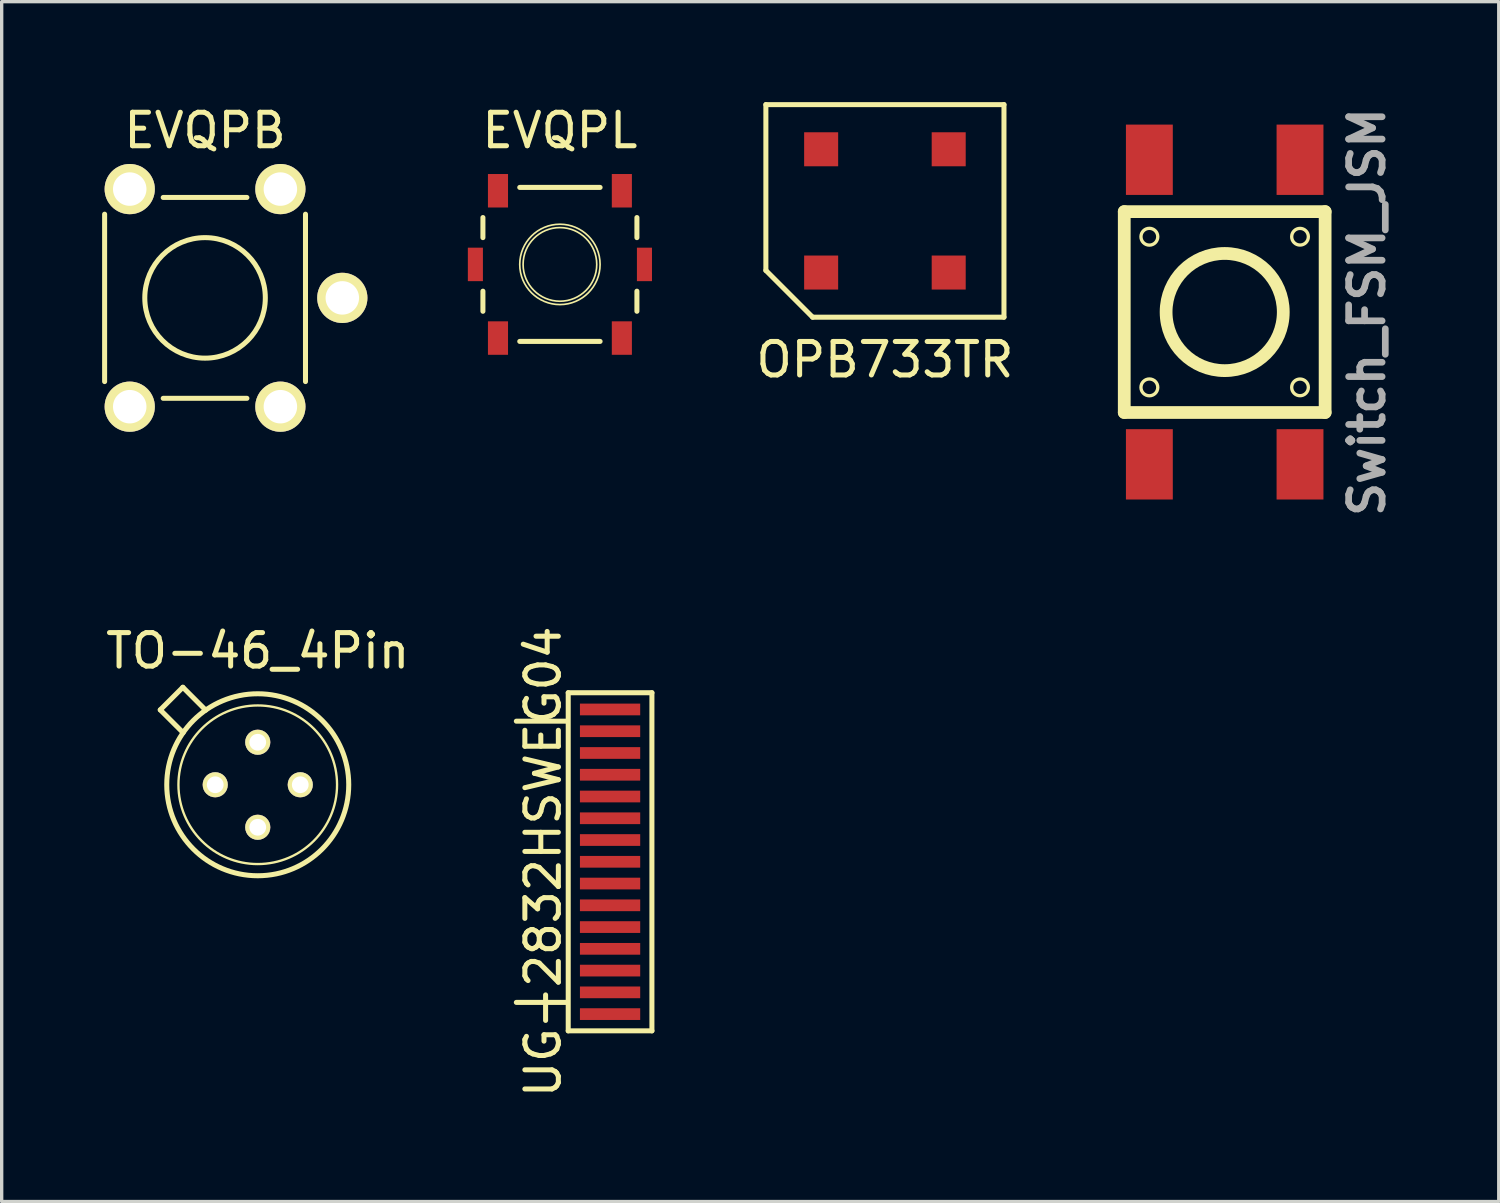
<source format=kicad_pcb>
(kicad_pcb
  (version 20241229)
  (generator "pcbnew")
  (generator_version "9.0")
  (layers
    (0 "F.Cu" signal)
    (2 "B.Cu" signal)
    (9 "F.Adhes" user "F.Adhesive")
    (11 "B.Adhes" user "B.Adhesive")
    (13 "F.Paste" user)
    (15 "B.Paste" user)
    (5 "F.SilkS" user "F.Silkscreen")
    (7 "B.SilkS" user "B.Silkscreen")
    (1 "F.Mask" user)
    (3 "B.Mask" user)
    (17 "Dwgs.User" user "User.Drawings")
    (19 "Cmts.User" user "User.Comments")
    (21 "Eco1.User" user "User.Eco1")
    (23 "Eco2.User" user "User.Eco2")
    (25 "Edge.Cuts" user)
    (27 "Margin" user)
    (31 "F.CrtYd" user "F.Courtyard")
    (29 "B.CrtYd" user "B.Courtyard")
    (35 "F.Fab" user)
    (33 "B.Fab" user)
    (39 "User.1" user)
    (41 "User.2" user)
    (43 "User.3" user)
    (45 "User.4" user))
  (footprint "TO-46_4Pin"
    (layer "F.Cu")
    (at 4.649 20.391)
    (property "Reference" "TO-46_4Pin" (at 0 -4 0) (layer "F.SilkS") (effects (font (size 1 1) (thickness 0.15))))
    (attr through_hole)
    (fp_line (start -2.912 -2.237) (end -2.237 -2.912) (stroke (width 0.15) (type solid)) (layer "F.SilkS"))
    (fp_line (start -2.229 -1.555) (end -2.912 -2.237) (stroke (width 0.15) (type solid)) (layer "F.SilkS"))
    (fp_line (start -1.555 -2.229) (end -2.237 -2.912) (stroke (width 0.15) (type solid)) (layer "F.SilkS"))
    (fp_circle (center 0 0) (end 0 -2.718) (stroke (width 0.15) (type solid)) (fill no) (layer "F.SilkS"))
    (fp_circle (center 0 0) (end 0 -2.369) (stroke (width 0.07) (type solid)) (fill no) (layer "F.SilkS"))
    (pad "1" thru_hole circle (at -1.27 0) (size 0.75 0.75) (drill 0.5) (layers "*.Cu" "*.Mask" "F.SilkS"))
    (pad "2" thru_hole circle (at 0 1.27) (size 0.75 0.75) (drill 0.5) (layers "*.Cu" "*.Mask" "F.SilkS"))
    (pad "3" thru_hole circle (at 1.27 0) (size 0.75 0.75) (drill 0.5) (layers "*.Cu" "*.Mask" "F.SilkS"))
    (pad "4" thru_hole circle (at 0 -1.27) (size 0.75 0.75) (drill 0.5) (layers "*.Cu" "*.Mask" "F.SilkS")))
  (footprint "UG-2832HSWEG04"
    (layer "F.Cu")
    (at 15.173 22.692)
    (property "Reference" "UG-2832HSWEG04" (at -2 0 90) (layer "F.SilkS") (effects (font (size 1 1) (thickness 0.15))))
    (attr through_hole)
    (fp_line (start -1.3 -4.2) (end -2.8 -4.2) (stroke (width 0.15) (type solid)) (layer "F.SilkS"))
    (fp_line (start -1.3 4.2) (end -2.8 4.2) (stroke (width 0.15) (type solid)) (layer "F.SilkS"))
    (fp_line (start -1.25 -5.05) (end -1.25 5.05) (stroke (width 0.15) (type solid)) (layer "F.SilkS"))
    (fp_line (start -1.25 -5.05) (end 1.25 -5.05) (stroke (width 0.15) (type solid)) (layer "F.SilkS"))
    (fp_line (start -1.25 5.05) (end 1.25 5.05) (stroke (width 0.15) (type solid)) (layer "F.SilkS"))
    (fp_line (start 1.25 5.05) (end 1.25 -5.05) (stroke (width 0.15) (type solid)) (layer "F.SilkS"))
    (pad "1" smd rect (at 0 4.55) (size 1.8 0.35) (layers "F.Cu" "F.Mask" "F.Paste"))
    (pad "2" smd rect (at 0 3.9) (size 1.8 0.35) (layers "F.Cu" "F.Mask" "F.Paste"))
    (pad "3" smd rect (at 0 3.25) (size 1.8 0.35) (layers "F.Cu" "F.Mask" "F.Paste"))
    (pad "4" smd rect (at 0 2.6) (size 1.8 0.35) (layers "F.Cu" "F.Mask" "F.Paste"))
    (pad "5" smd rect (at 0 1.95) (size 1.8 0.35) (layers "F.Cu" "F.Mask" "F.Paste"))
    (pad "6" smd rect (at 0 1.3) (size 1.8 0.35) (layers "F.Cu" "F.Mask" "F.Paste"))
    (pad "7" smd rect (at 0 0.65) (size 1.8 0.35) (layers "F.Cu" "F.Mask" "F.Paste"))
    (pad "8" smd rect (at 0 0) (size 1.8 0.35) (layers "F.Cu" "F.Mask" "F.Paste"))
    (pad "9" smd rect (at 0 -0.65) (size 1.8 0.35) (layers "F.Cu" "F.Mask" "F.Paste"))
    (pad "10" smd rect (at 0 -1.3) (size 1.8 0.35) (layers "F.Cu" "F.Mask" "F.Paste"))
    (pad "11" smd rect (at 0 -1.95) (size 1.8 0.35) (layers "F.Cu" "F.Mask" "F.Paste"))
    (pad "12" smd rect (at 0 -2.6) (size 1.8 0.35) (layers "F.Cu" "F.Mask" "F.Paste"))
    (pad "13" smd rect (at 0 -3.25) (size 1.8 0.35) (layers "F.Cu" "F.Mask" "F.Paste"))
    (pad "14" smd rect (at 0 -3.9) (size 1.8 0.35) (layers "F.Cu" "F.Mask" "F.Paste"))
    (pad "15" smd rect (at 0 -4.55) (size 1.8 0.35) (layers "F.Cu" "F.Mask" "F.Paste")))
  (footprint "OPB733TR"
    (layer "F.Cu")
    (at 23.383 3.25)
    (property "Reference" "OPB733TR" (at 0 4.445 0) (layer "F.SilkS") (effects (font (size 1 1) (thickness 0.15))))
    (attr through_hole)
    (fp_line (start -3.556 -3.175) (end 3.556 -3.175) (stroke (width 0.15) (type solid)) (layer "F.SilkS"))
    (fp_line (start -3.556 1.778) (end -3.556 -3.175) (stroke (width 0.15) (type solid)) (layer "F.SilkS"))
    (fp_line (start -2.159 3.175) (end -3.556 1.778) (stroke (width 0.15) (type solid)) (layer "F.SilkS"))
    (fp_line (start -2.159 3.175) (end 3.556 3.175) (stroke (width 0.15) (type solid)) (layer "F.SilkS"))
    (fp_line (start 3.556 -3.175) (end 3.556 3.175) (stroke (width 0.15) (type solid)) (layer "F.SilkS"))
    (pad "1" smd rect (at -1.905 1.841) (size 1.016 1.016) (layers "F.Cu" "F.Mask" "F.Paste"))
    (pad "2" smd rect (at 1.905 1.841) (size 1.016 1.016) (layers "F.Cu" "F.Mask" "F.Paste"))
    (pad "3" smd rect (at 1.905 -1.841) (size 1.016 1.016) (layers "F.Cu" "F.Mask" "F.Paste"))
    (pad "4" smd rect (at -1.905 -1.841) (size 1.016 1.016) (layers "F.Cu" "F.Mask" "F.Paste")))
  (footprint "EVQPL"
    (layer "F.Cu")
    (at 13.675 4.848)
    (property "Reference" "EVQPL" (at 0 -4 0) (layer "F.SilkS") (effects (font (size 1 1) (thickness 0.15))))
    (attr through_hole)
    (fp_line (start -2.3 -1.4) (end -2.3 -0.8) (stroke (width 0.15) (type solid)) (layer "F.SilkS"))
    (fp_line (start -2.3 0.8) (end -2.3 1.4) (stroke (width 0.15) (type solid)) (layer "F.SilkS"))
    (fp_line (start -1.2 -2.3) (end 1.2 -2.3) (stroke (width 0.15) (type solid)) (layer "F.SilkS"))
    (fp_line (start -1.2 2.3) (end 1.2 2.3) (stroke (width 0.15) (type solid)) (layer "F.SilkS"))
    (fp_line (start 2.3 -0.8) (end 2.3 -1.4) (stroke (width 0.15) (type solid)) (layer "F.SilkS"))
    (fp_line (start 2.3 1.4) (end 2.3 0.8) (stroke (width 0.15) (type solid)) (layer "F.SilkS"))
    (fp_circle (center 0 0) (end 0 -1.2) (stroke (width 0.05) (type solid)) (fill no) (layer "F.SilkS"))
    (fp_circle (center 0 0) (end 0 -1.1) (stroke (width 0.05) (type solid)) (fill no) (layer "F.SilkS"))
    (pad "" smd rect (at -2.525 0) (size 0.45 1) (layers "F.Cu" "F.Mask" "F.Paste"))
    (pad "" smd rect (at 2.525 0) (size 0.45 1) (layers "F.Cu" "F.Mask" "F.Paste"))
    (pad "1" smd rect (at -1.85 -2.2) (size 0.6 1) (layers "F.Cu" "F.Mask" "F.Paste"))
    (pad "1" smd rect (at -1.85 2.2) (size 0.6 1) (layers "F.Cu" "F.Mask" "F.Paste"))
    (pad "2" smd rect (at 1.85 -2.2) (size 0.6 1) (layers "F.Cu" "F.Mask" "F.Paste"))
    (pad "2" smd rect (at 1.85 2.2) (size 0.6 1) (layers "F.Cu" "F.Mask" "F.Paste")))
  (footprint "EVQPB"
    (layer "F.Cu")
    (at 3.075 5.848)
    (property "Reference" "EVQPB" (at 0 -5 0) (layer "F.SilkS") (effects (font (size 1 1) (thickness 0.15))))
    (attr through_hole)
    (fp_line (start -3 2.5) (end -3 -2.5) (stroke (width 0.15) (type solid)) (layer "F.SilkS"))
    (fp_line (start -1.25 -3) (end 1.25 -3) (stroke (width 0.15) (type solid)) (layer "F.SilkS"))
    (fp_line (start -1.25 3) (end 1.25 3) (stroke (width 0.15) (type solid)) (layer "F.SilkS"))
    (fp_line (start 3 2.5) (end 3 -2.5) (stroke (width 0.15) (type solid)) (layer "F.SilkS"))
    (fp_circle (center 0 0) (end 0 -1.8) (stroke (width 0.15) (type solid)) (fill no) (layer "F.SilkS"))
    (pad "1" thru_hole circle (at -2.25 -3.25) (size 1.5 1.5) (drill 1) (layers "*.Cu" "*.Mask" "F.SilkS"))
    (pad "1" thru_hole circle (at -2.25 3.25) (size 1.5 1.5) (drill 1) (layers "*.Cu" "*.Mask" "F.SilkS"))
    (pad "2" thru_hole circle (at 2.25 -3.25) (size 1.5 1.5) (drill 1) (layers "*.Cu" "*.Mask" "F.SilkS"))
    (pad "2" thru_hole circle (at 2.25 3.25) (size 1.5 1.5) (drill 1) (layers "*.Cu" "*.Mask" "F.SilkS"))
    (pad "~" thru_hole circle (at 4.1 0) (size 1.5 1.5) (drill 1) (layers "*.Cu" "*.Mask" "F.SilkS")))
  (footprint "Switch_FSM_JSM"
    (layer "F.Cu")
    (at 33.532 6.271)
    (property "Reference" "Switch_FSM_JSM" (at 4.25 0 90) (layer "F.Fab") (effects (font (size 1 1) (thickness 0.2))))
    (attr through_hole)
    (fp_line (start -3 -3) (end -3 3) (stroke (width 0.381) (type solid)) (layer "F.SilkS"))
    (fp_line (start -3 3) (end 3 3) (stroke (width 0.381) (type solid)) (layer "F.SilkS"))
    (fp_line (start 3 -3) (end -3 -3) (stroke (width 0.381) (type solid)) (layer "F.SilkS"))
    (fp_line (start 3 3) (end 3 -3) (stroke (width 0.381) (type solid)) (layer "F.SilkS"))
    (fp_circle (center -2.25 -2.25) (end -2.25 -1.999) (stroke (width 0.099) (type solid)) (fill no) (layer "F.SilkS"))
    (fp_circle (center -2.25 2.25) (end -1.999 2.25) (stroke (width 0.099) (type solid)) (fill no) (layer "F.SilkS"))
    (fp_circle (center 0 0) (end 1.75 0) (stroke (width 0.381) (type solid)) (fill no) (layer "F.SilkS"))
    (fp_circle (center 2.25 -2.25) (end 2.499 -2.25) (stroke (width 0.099) (type solid)) (fill no) (layer "F.SilkS"))
    (fp_circle (center 2.25 2.25) (end 2.499 2.25) (stroke (width 0.099) (type solid)) (fill no) (layer "F.SilkS"))
    (pad "1" smd rect (at -2.25 -4.549) (size 1.4 2.101) (layers "F.Cu" "F.Mask" "F.Paste"))
    (pad "1" smd rect (at -2.25 4.549) (size 1.4 2.101) (layers "F.Cu" "F.Mask" "F.Paste"))
    (pad "2" smd rect (at 2.25 -4.549) (size 1.4 2.101) (layers "F.Cu" "F.Mask" "F.Paste"))
    (pad "2" smd rect (at 2.25 4.549) (size 1.4 2.101) (layers "F.Cu" "F.Mask" "F.Paste")))
  (gr_rect
    (start -3 -3)
    (end 41.718 32.84)
    (stroke (width 0.1) (type default))
    (fill no)
    (layer "Edge.Cuts")))
</source>
